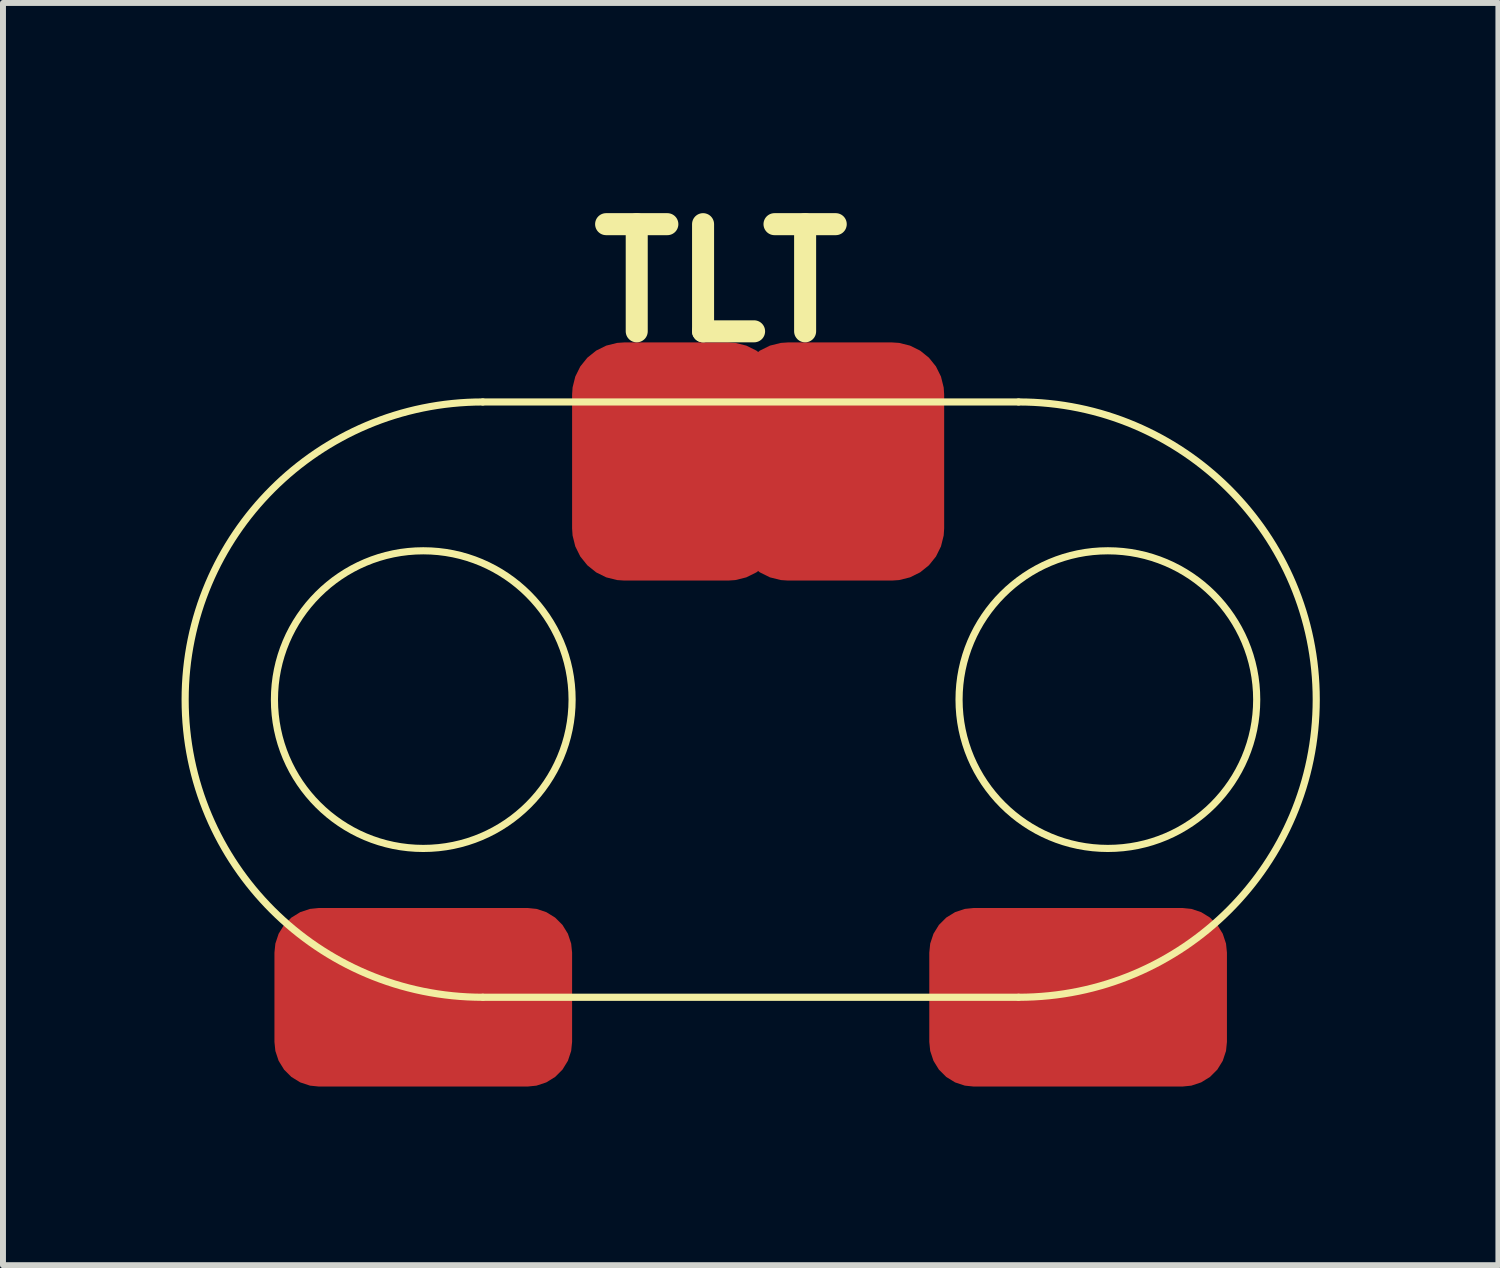
<source format=kicad_pcb>
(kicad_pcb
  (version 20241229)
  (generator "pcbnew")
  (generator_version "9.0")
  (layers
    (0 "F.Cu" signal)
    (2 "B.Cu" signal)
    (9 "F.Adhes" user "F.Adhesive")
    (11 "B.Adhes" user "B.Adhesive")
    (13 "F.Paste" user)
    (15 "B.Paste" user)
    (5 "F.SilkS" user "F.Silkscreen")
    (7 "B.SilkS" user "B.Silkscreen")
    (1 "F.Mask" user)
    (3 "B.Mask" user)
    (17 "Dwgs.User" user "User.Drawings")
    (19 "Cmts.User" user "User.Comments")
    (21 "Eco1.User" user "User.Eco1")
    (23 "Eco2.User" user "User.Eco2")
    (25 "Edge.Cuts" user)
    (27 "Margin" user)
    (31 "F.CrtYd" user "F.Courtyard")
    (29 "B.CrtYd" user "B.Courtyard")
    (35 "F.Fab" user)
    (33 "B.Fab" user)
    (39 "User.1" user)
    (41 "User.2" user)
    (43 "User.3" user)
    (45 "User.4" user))
  (footprint "TLT"
    (layer "F.Cu")
    (at 13.06 9.702)
    (property "Reference" "TLT" (at -4 -8 0) (unlocked yes) (layer "F.SilkS") (effects (font (size 1.8 1.8) (thickness 0.37))))
    (attr smd)
    (fp_line (start -8 -6) (end 1 -6) (stroke (width 0.12) (type default)) (layer "F.SilkS"))
    (fp_line (start 1 4) (end -8 4) (stroke (width 0.12) (type default)) (layer "F.SilkS"))
    (fp_arc (start -8 4) (mid -13 -1) (end -8 -6) (stroke (width 0.12) (type default)) (layer "F.SilkS"))
    (fp_arc (start 1 -6) (mid 6 -1) (end 1 4) (stroke (width 0.12) (type default)) (layer "F.SilkS"))
    (fp_circle (center -9 -1) (end -6.5 -1) (stroke (width 0.12) (type default)) (fill no) (layer "F.SilkS"))
    (fp_circle (center 2.5 -1) (end 5 -1) (stroke (width 0.12) (type default)) (fill no) (layer "F.SilkS"))
    (pad "1" smd roundrect (at -9 4) (size 5 3) (layers "F.Cu" "F.Mask" "F.Paste") (roundrect_rratio 0.25))
    (pad "2" smd roundrect (at -4.75 -5) (size 3.5 4) (layers "F.Cu" "F.Mask" "F.Paste") (roundrect_rratio 0.25))
    (pad "3" smd roundrect (at -2 -5) (size 3.5 4) (layers "F.Cu" "F.Mask" "F.Paste") (roundrect_rratio 0.25))
    (pad "4" smd roundrect (at 2 4) (size 5 3) (layers "F.Cu" "F.Mask" "F.Paste") (roundrect_rratio 0.25)))
  (gr_rect
    (start -3 -3)
    (end 22.12 18.202)
    (stroke (width 0.1) (type default))
    (fill no)
    (layer "Edge.Cuts")))
</source>
